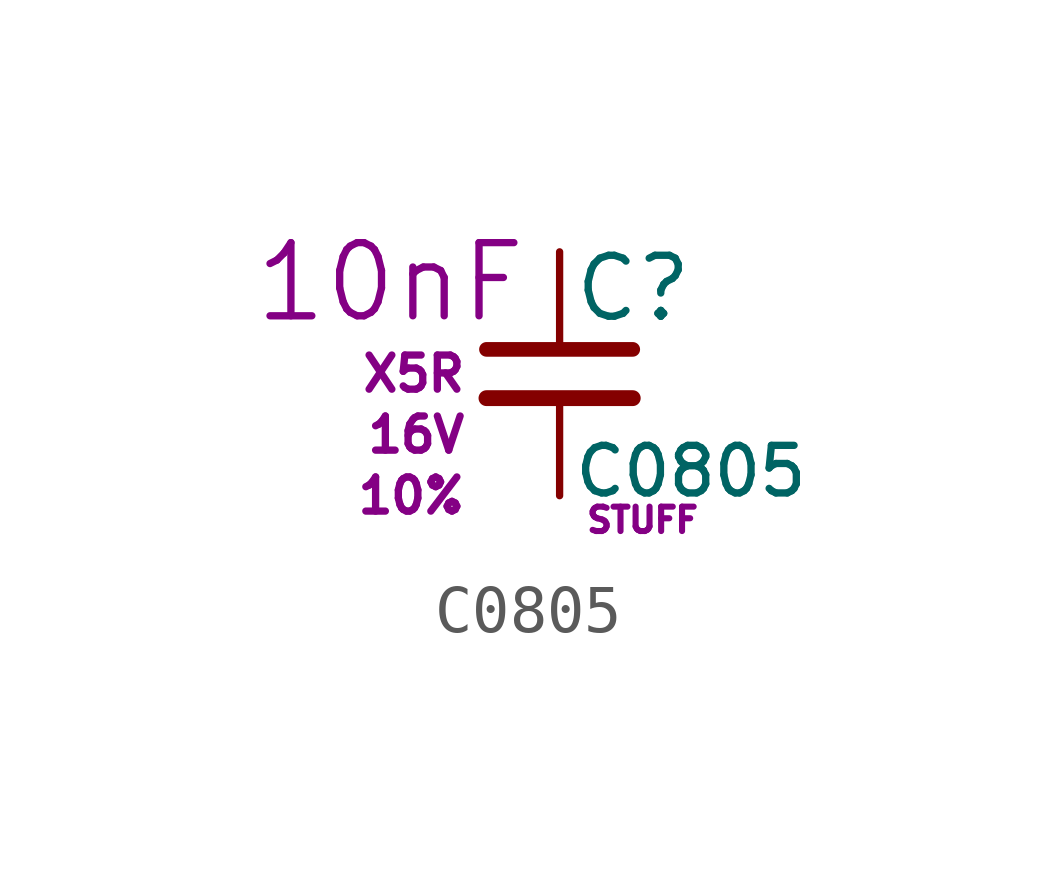
<source format=kicad_sym>
(kicad_symbol_lib
  (version 20211014)
  (generator kicad_symbol_editor)
  (symbol "C0805"
    (pin_numbers hide)
    (pin_names
      (offset 0.254) hide)
    (property "Reference" "C"
      (at 0.254 1.778 0)
      (effects (font (size 1.27 1.27)) (justify left)))
    (property "Value" "C0805"
      (at 0.254 -2.032 0)
      (effects (font (size 0.991 0.991)) (justify left)))
    (property "Datasheet" ""
      (at 0 0 0)
      (effects (font (size 1.27 1.27))))
    (property "C" "10nF"
      (at -0.635 1.905 0)
      (effects (font (size 1.524 1.524)) (justify right)))
    (property "TC" "X5R"
      (at -1.905 0 0)
      (effects (font (size 0.711 0.711)) (justify right)))
    (property "Vmax" "16V"
      (at -1.905 -1.27 0)
      (effects (font (size 0.711 0.711)) (justify right)))
    (property "Tol" "10%"
      (at -1.905 -2.54 0)
      (effects (font (size 0.711 0.711)) (justify right)))
    (property "SKU" "STUFF"
      (at 0.508 -3.048 0)
      (effects (font (size 0.508 0.508)) (justify left)))
    (symbol "C0805_0_1"
      (polyline (pts (xy -1.524 -0.508) (xy 1.524 -0.508)) (stroke (width 0.33) (type default) (color 0 0 0 0)) (fill (type none)))
      (polyline (pts (xy -1.524 0.508) (xy 1.524 0.508)) (stroke (width 0.305) (type default) (color 0 0 0 0)) (fill (type none))))
    (symbol "C0805_1_1"
      (pin passive line (at 0 2.54 270) (length 1.905) (name "~" (effects (font (size 1.016 1.016)))) (number "1" (effects (font (size 1.016 1.016)))))
      (pin passive line (at 0 -2.54 90) (length 2.032) (name "~" (effects (font (size 1.016 1.016)))) (number "2" (effects (font (size 1.016 1.016))))))))
</source>
